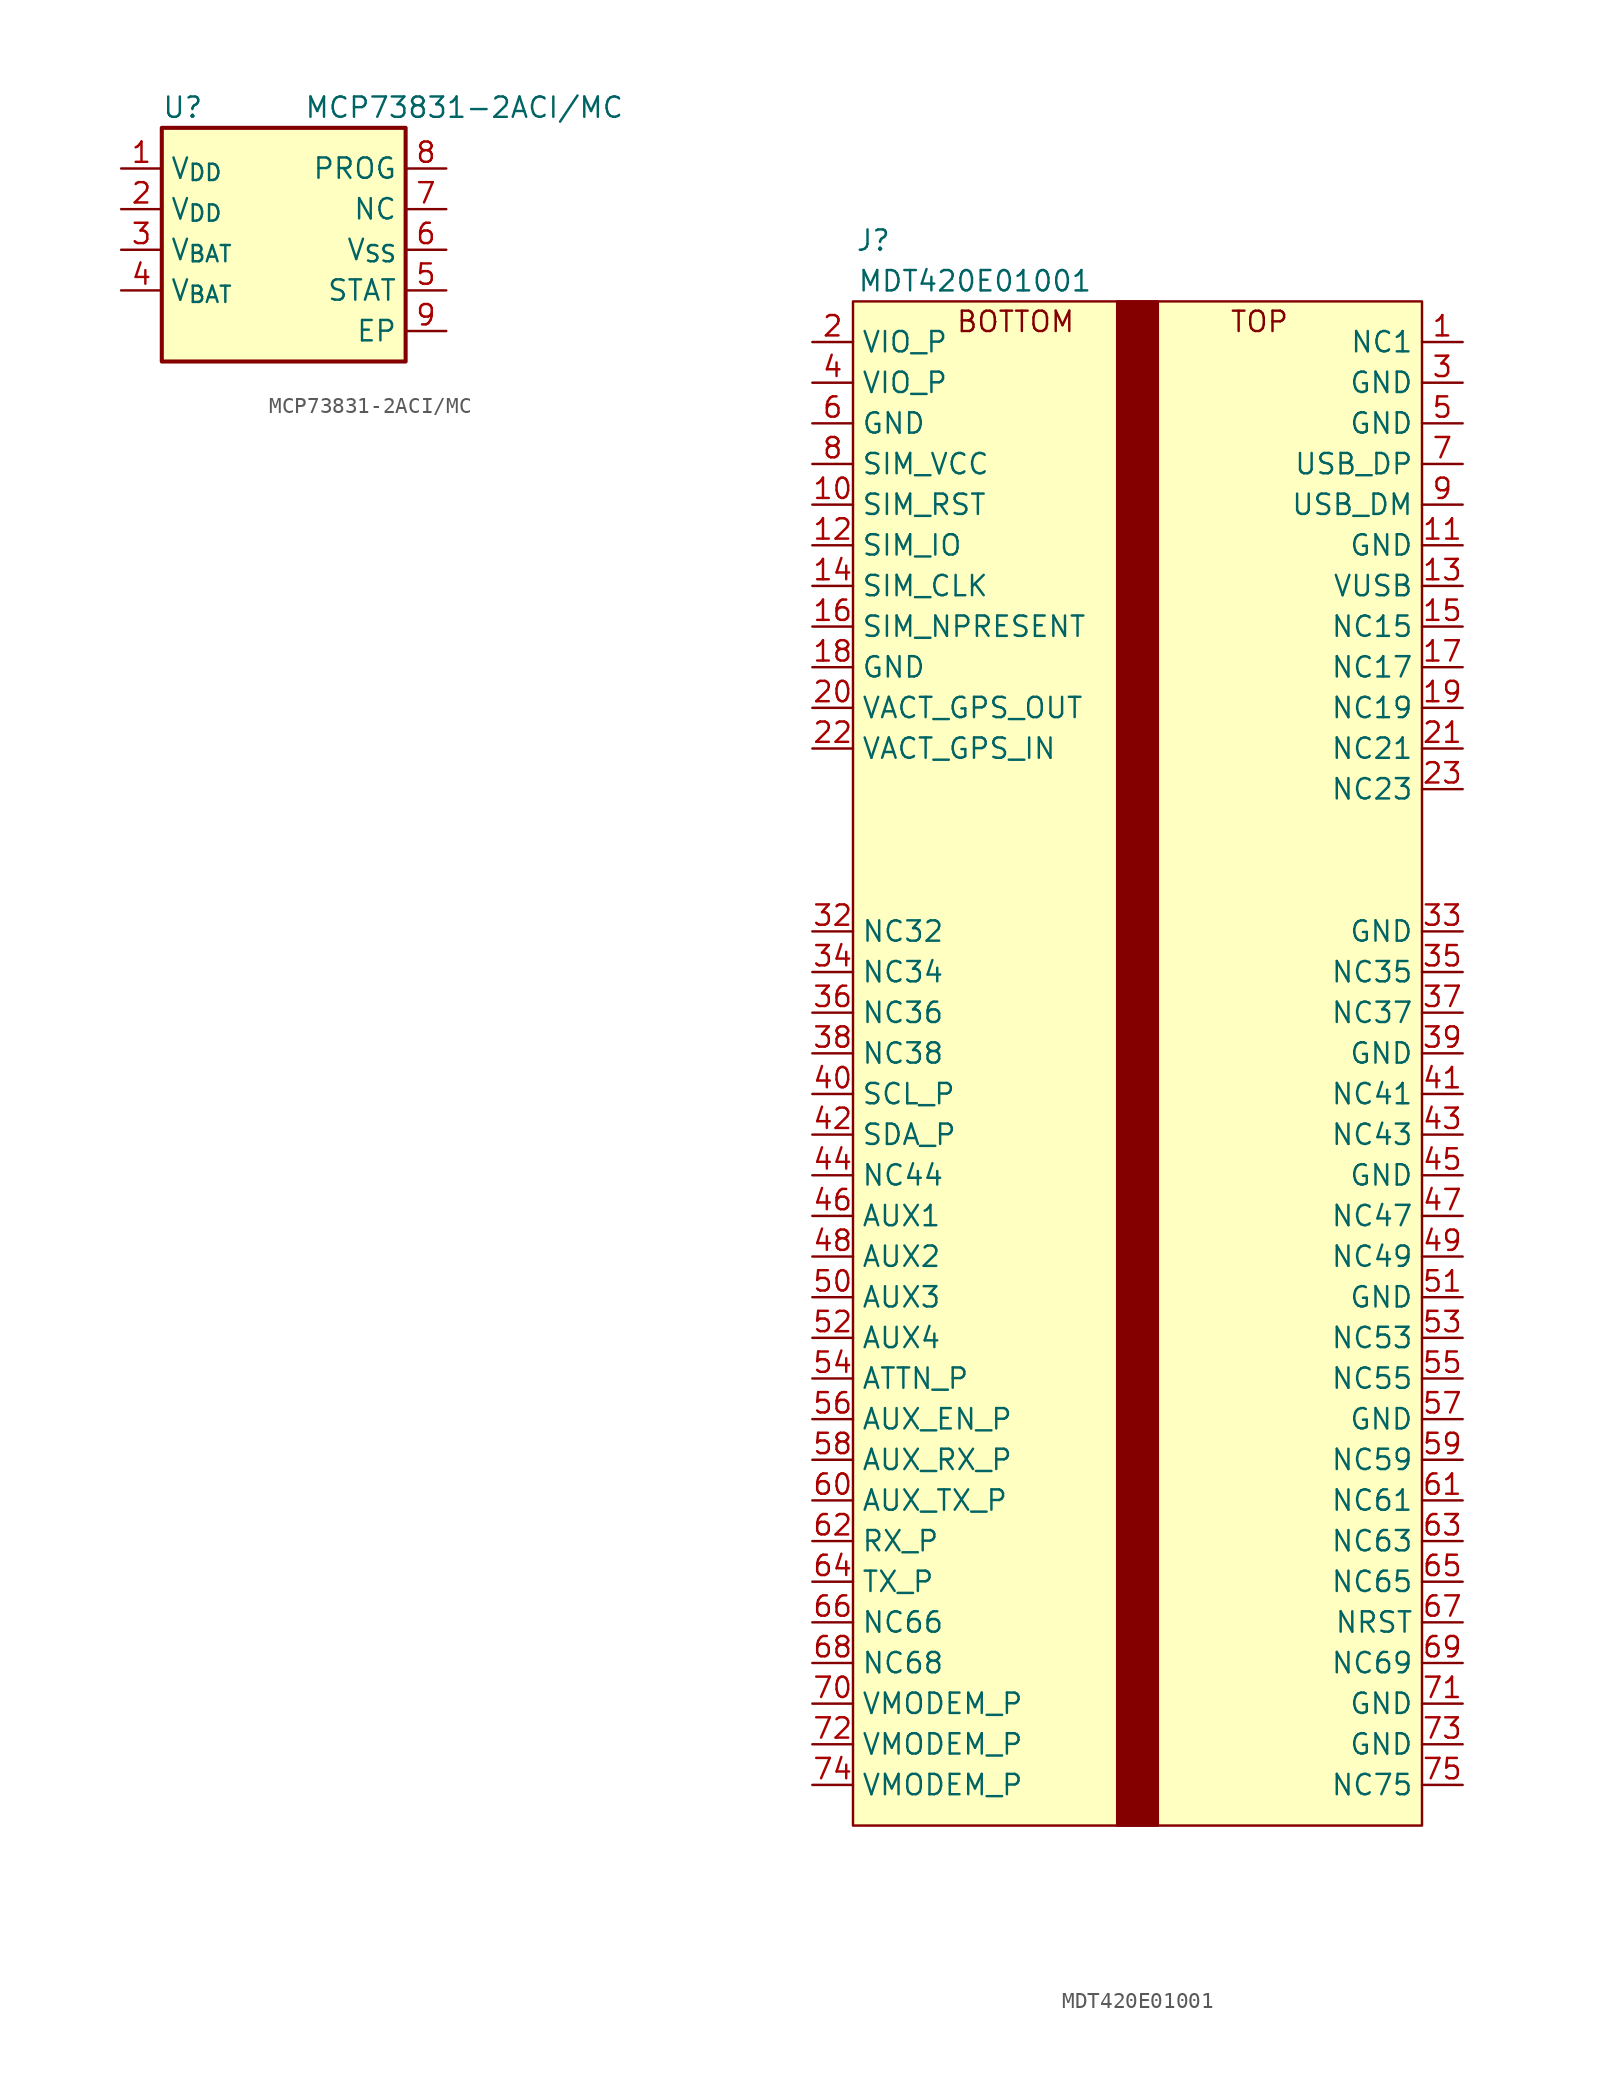
<source format=kicad_sym>
(kicad_symbol_lib
  (version 20220914)
  (generator kicad_symbol_editor)
  (symbol "MCP73831-2ACI/MC"
    (property "Reference" "U"
      (at -7.62 8.89 0)
      (effects (font (size 1.27 1.27)) (justify left)))
    (property "Value" "MCP73831-2ACI/MC"
      (at 1.27 8.89 0)
      (effects (font (size 1.27 1.27)) (justify left)))
    (symbol "MCP73831-2ACI/MC_0_1"
      (rectangle (start -7.62 7.62) (end 7.62 -6.985) (stroke (width 0.254) (type default)) (fill (type background))))
    (symbol "MCP73831-2ACI/MC_1_0"
      (pin power_in line (at -10.16 2.54 0) (length 2.54) (name "V_{DD}" (effects (font (size 1.27 1.27)))) (number "2" (effects (font (size 1.27 1.27)))))
      (pin power_in line (at -10.16 -2.54 0) (length 2.54) (name "V_{BAT}" (effects (font (size 1.27 1.27)))) (number "4" (effects (font (size 1.27 1.27)))))
      (pin passive line (at 10.16 2.54 180) (length 2.54) (name "NC" (effects (font (size 1.27 1.27)))) (number "7" (effects (font (size 1.27 1.27)))))
      (pin power_in line (at 10.16 -5.08 180) (length 2.54) (name "EP" (effects (font (size 1.27 1.27)))) (number "9" (effects (font (size 1.27 1.27))))))
    (symbol "MCP73831-2ACI/MC_1_1"
      (pin power_in line (at -10.16 5.08 0) (length 2.54) (name "V_{DD}" (effects (font (size 1.27 1.27)))) (number "1" (effects (font (size 1.27 1.27)))))
      (pin power_out line (at -10.16 0 0) (length 2.54) (name "V_{BAT}" (effects (font (size 1.27 1.27)))) (number "3" (effects (font (size 1.27 1.27)))))
      (pin output line (at 10.16 -2.54 180) (length 2.54) (name "STAT" (effects (font (size 1.27 1.27)))) (number "5" (effects (font (size 1.27 1.27)))))
      (pin power_in line (at 10.16 0 180) (length 2.54) (name "V_{SS}" (effects (font (size 1.27 1.27)))) (number "6" (effects (font (size 1.27 1.27)))))
      (pin input line (at 10.16 5.08 180) (length 2.54) (name "PROG" (effects (font (size 1.27 1.27)))) (number "8" (effects (font (size 1.27 1.27)))))))
  (symbol "MDT420E01001"
    (property "Reference" "J"
      (at -16.51 50.8 0)
      (effects (font (size 1.27 1.27))))
    (property "Value" "MDT420E01001"
      (at -10.16 48.26 0)
      (effects (font (size 1.27 1.27))))
    (symbol "MDT420E01001_0_0"
      (rectangle (start -8.89 45.72) (end -8.89 45.72) (stroke (width 0) (type default)) (fill (type none)))
      (rectangle (start -8.89 45.72) (end -8.89 45.72) (stroke (width 0) (type default)) (fill (type none)))
      (text "BOTTOM" (at -7.62 45.72 0) (effects (font (size 1.27 1.27))))
      (text "TOP" (at 7.62 45.72 0) (effects (font (size 1.27 1.27)))))
    (symbol "MDT420E01001_0_1"
      (rectangle (start -17.78 46.99) (end 17.78 -48.26) (stroke (width 0) (type default)) (fill (type background)))
      (rectangle (start -1.27 46.99) (end 1.27 -48.26) (stroke (width 0) (type default)) (fill (type outline))))
    (symbol "MDT420E01001_1_1"
      (pin passive line (at 20.32 44.45 180) (length 2.54) (name "NC1" (effects (font (size 1.27 1.27)))) (number "1" (effects (font (size 1.27 1.27)))))
      (pin passive line (at -20.32 34.29 0) (length 2.54) (name "SIM_RST" (effects (font (size 1.27 1.27)))) (number "10" (effects (font (size 1.27 1.27)))))
      (pin power_in line (at 20.32 31.75 180) (length 2.54) (name "GND" (effects (font (size 1.27 1.27)))) (number "11" (effects (font (size 1.27 1.27)))))
      (pin passive line (at -20.32 31.75 0) (length 2.54) (name "SIM_IO" (effects (font (size 1.27 1.27)))) (number "12" (effects (font (size 1.27 1.27)))))
      (pin power_in line (at 20.32 29.21 180) (length 2.54) (name "VUSB" (effects (font (size 1.27 1.27)))) (number "13" (effects (font (size 1.27 1.27)))))
      (pin passive line (at -20.32 29.21 0) (length 2.54) (name "SIM_CLK" (effects (font (size 1.27 1.27)))) (number "14" (effects (font (size 1.27 1.27)))))
      (pin passive line (at 20.32 26.67 180) (length 2.54) (name "NC15" (effects (font (size 1.27 1.27)))) (number "15" (effects (font (size 1.27 1.27)))))
      (pin passive line (at -20.32 26.67 0) (length 2.54) (name "SIM_NPRESENT" (effects (font (size 1.27 1.27)))) (number "16" (effects (font (size 1.27 1.27)))))
      (pin passive line (at 20.32 24.13 180) (length 2.54) (name "NC17" (effects (font (size 1.27 1.27)))) (number "17" (effects (font (size 1.27 1.27)))))
      (pin power_in line (at -20.32 24.13 0) (length 2.54) (name "GND" (effects (font (size 1.27 1.27)))) (number "18" (effects (font (size 1.27 1.27)))))
      (pin passive line (at 20.32 21.59 180) (length 2.54) (name "NC19" (effects (font (size 1.27 1.27)))) (number "19" (effects (font (size 1.27 1.27)))))
      (pin power_in line (at -20.32 44.45 0) (length 2.54) (name "VIO_P" (effects (font (size 1.27 1.27)))) (number "2" (effects (font (size 1.27 1.27)))))
      (pin power_out line (at -20.32 21.59 0) (length 2.54) (name "VACT_GPS_OUT" (effects (font (size 1.27 1.27)))) (number "20" (effects (font (size 1.27 1.27)))))
      (pin passive line (at 20.32 19.05 180) (length 2.54) (name "NC21" (effects (font (size 1.27 1.27)))) (number "21" (effects (font (size 1.27 1.27)))))
      (pin power_in line (at -20.32 19.05 0) (length 2.54) (name "VACT_GPS_IN" (effects (font (size 1.27 1.27)))) (number "22" (effects (font (size 1.27 1.27)))))
      (pin passive line (at 20.32 16.51 180) (length 2.54) (name "NC23" (effects (font (size 1.27 1.27)))) (number "23" (effects (font (size 1.27 1.27)))))
      (pin power_in line (at 20.32 41.91 180) (length 2.54) (name "GND" (effects (font (size 1.27 1.27)))) (number "3" (effects (font (size 1.27 1.27)))))
      (pin passive line (at -20.32 7.62 0) (length 2.54) (name "NC32" (effects (font (size 1.27 1.27)))) (number "32" (effects (font (size 1.27 1.27)))))
      (pin power_in line (at 20.32 7.62 180) (length 2.54) (name "GND" (effects (font (size 1.27 1.27)))) (number "33" (effects (font (size 1.27 1.27)))))
      (pin passive line (at -20.32 5.08 0) (length 2.54) (name "NC34" (effects (font (size 1.27 1.27)))) (number "34" (effects (font (size 1.27 1.27)))))
      (pin passive line (at 20.32 5.08 180) (length 2.54) (name "NC35" (effects (font (size 1.27 1.27)))) (number "35" (effects (font (size 1.27 1.27)))))
      (pin passive line (at -20.32 2.54 0) (length 2.54) (name "NC36" (effects (font (size 1.27 1.27)))) (number "36" (effects (font (size 1.27 1.27)))))
      (pin passive line (at 20.32 2.54 180) (length 2.54) (name "NC37" (effects (font (size 1.27 1.27)))) (number "37" (effects (font (size 1.27 1.27)))))
      (pin passive line (at -20.32 0 0) (length 2.54) (name "NC38" (effects (font (size 1.27 1.27)))) (number "38" (effects (font (size 1.27 1.27)))))
      (pin power_in line (at 20.32 0 180) (length 2.54) (name "GND" (effects (font (size 1.27 1.27)))) (number "39" (effects (font (size 1.27 1.27)))))
      (pin power_in line (at -20.32 41.91 0) (length 2.54) (name "VIO_P" (effects (font (size 1.27 1.27)))) (number "4" (effects (font (size 1.27 1.27)))))
      (pin passive line (at -20.32 -2.54 0) (length 2.54) (name "SCL_P" (effects (font (size 1.27 1.27)))) (number "40" (effects (font (size 1.27 1.27)))))
      (pin passive line (at 20.32 -2.54 180) (length 2.54) (name "NC41" (effects (font (size 1.27 1.27)))) (number "41" (effects (font (size 1.27 1.27)))))
      (pin passive line (at -20.32 -5.08 0) (length 2.54) (name "SDA_P" (effects (font (size 1.27 1.27)))) (number "42" (effects (font (size 1.27 1.27)))))
      (pin passive line (at 20.32 -5.08 180) (length 2.54) (name "NC43" (effects (font (size 1.27 1.27)))) (number "43" (effects (font (size 1.27 1.27)))))
      (pin passive line (at -20.32 -7.62 0) (length 2.54) (name "NC44" (effects (font (size 1.27 1.27)))) (number "44" (effects (font (size 1.27 1.27)))))
      (pin power_in line (at 20.32 -7.62 180) (length 2.54) (name "GND" (effects (font (size 1.27 1.27)))) (number "45" (effects (font (size 1.27 1.27)))))
      (pin passive line (at -20.32 -10.16 0) (length 2.54) (name "AUX1" (effects (font (size 1.27 1.27)))) (number "46" (effects (font (size 1.27 1.27)))))
      (pin passive line (at 20.32 -10.16 180) (length 2.54) (name "NC47" (effects (font (size 1.27 1.27)))) (number "47" (effects (font (size 1.27 1.27)))))
      (pin passive line (at -20.32 -12.7 0) (length 2.54) (name "AUX2" (effects (font (size 1.27 1.27)))) (number "48" (effects (font (size 1.27 1.27)))))
      (pin passive line (at 20.32 -12.7 180) (length 2.54) (name "NC49" (effects (font (size 1.27 1.27)))) (number "49" (effects (font (size 1.27 1.27)))))
      (pin power_in line (at 20.32 39.37 180) (length 2.54) (name "GND" (effects (font (size 1.27 1.27)))) (number "5" (effects (font (size 1.27 1.27)))))
      (pin passive line (at -20.32 -15.24 0) (length 2.54) (name "AUX3" (effects (font (size 1.27 1.27)))) (number "50" (effects (font (size 1.27 1.27)))))
      (pin power_in line (at 20.32 -15.24 180) (length 2.54) (name "GND" (effects (font (size 1.27 1.27)))) (number "51" (effects (font (size 1.27 1.27)))))
      (pin passive line (at -20.32 -17.78 0) (length 2.54) (name "AUX4" (effects (font (size 1.27 1.27)))) (number "52" (effects (font (size 1.27 1.27)))))
      (pin passive line (at 20.32 -17.78 180) (length 2.54) (name "NC53" (effects (font (size 1.27 1.27)))) (number "53" (effects (font (size 1.27 1.27)))))
      (pin passive line (at -20.32 -20.32 0) (length 2.54) (name "ATTN_P" (effects (font (size 1.27 1.27)))) (number "54" (effects (font (size 1.27 1.27)))))
      (pin passive line (at 20.32 -20.32 180) (length 2.54) (name "NC55" (effects (font (size 1.27 1.27)))) (number "55" (effects (font (size 1.27 1.27)))))
      (pin passive line (at -20.32 -22.86 0) (length 2.54) (name "AUX_EN_P" (effects (font (size 1.27 1.27)))) (number "56" (effects (font (size 1.27 1.27)))))
      (pin power_in line (at 20.32 -22.86 180) (length 2.54) (name "GND" (effects (font (size 1.27 1.27)))) (number "57" (effects (font (size 1.27 1.27)))))
      (pin passive line (at -20.32 -25.4 0) (length 2.54) (name "AUX_RX_P" (effects (font (size 1.27 1.27)))) (number "58" (effects (font (size 1.27 1.27)))))
      (pin passive line (at 20.32 -25.4 180) (length 2.54) (name "NC59" (effects (font (size 1.27 1.27)))) (number "59" (effects (font (size 1.27 1.27)))))
      (pin power_in line (at -20.32 39.37 0) (length 2.54) (name "GND" (effects (font (size 1.27 1.27)))) (number "6" (effects (font (size 1.27 1.27)))))
      (pin passive line (at -20.32 -27.94 0) (length 2.54) (name "AUX_TX_P" (effects (font (size 1.27 1.27)))) (number "60" (effects (font (size 1.27 1.27)))))
      (pin passive line (at 20.32 -27.94 180) (length 2.54) (name "NC61" (effects (font (size 1.27 1.27)))) (number "61" (effects (font (size 1.27 1.27)))))
      (pin passive line (at -20.32 -30.48 0) (length 2.54) (name "RX_P" (effects (font (size 1.27 1.27)))) (number "62" (effects (font (size 1.27 1.27)))))
      (pin passive line (at 20.32 -30.48 180) (length 2.54) (name "NC63" (effects (font (size 1.27 1.27)))) (number "63" (effects (font (size 1.27 1.27)))))
      (pin passive line (at -20.32 -33.02 0) (length 2.54) (name "TX_P" (effects (font (size 1.27 1.27)))) (number "64" (effects (font (size 1.27 1.27)))))
      (pin passive line (at 20.32 -33.02 180) (length 2.54) (name "NC65" (effects (font (size 1.27 1.27)))) (number "65" (effects (font (size 1.27 1.27)))))
      (pin passive line (at -20.32 -35.56 0) (length 2.54) (name "NC66" (effects (font (size 1.27 1.27)))) (number "66" (effects (font (size 1.27 1.27)))))
      (pin passive line (at 20.32 -35.56 180) (length 2.54) (name "NRST" (effects (font (size 1.27 1.27)))) (number "67" (effects (font (size 1.27 1.27)))))
      (pin passive line (at -20.32 -38.1 0) (length 2.54) (name "NC68" (effects (font (size 1.27 1.27)))) (number "68" (effects (font (size 1.27 1.27)))))
      (pin passive line (at 20.32 -38.1 180) (length 2.54) (name "NC69" (effects (font (size 1.27 1.27)))) (number "69" (effects (font (size 1.27 1.27)))))
      (pin passive line (at 20.32 36.83 180) (length 2.54) (name "USB_DP" (effects (font (size 1.27 1.27)))) (number "7" (effects (font (size 1.27 1.27)))))
      (pin power_in line (at -20.32 -40.64 0) (length 2.54) (name "VMODEM_P" (effects (font (size 1.27 1.27)))) (number "70" (effects (font (size 1.27 1.27)))))
      (pin power_in line (at 20.32 -40.64 180) (length 2.54) (name "GND" (effects (font (size 1.27 1.27)))) (number "71" (effects (font (size 1.27 1.27)))))
      (pin power_in line (at -20.32 -43.18 0) (length 2.54) (name "VMODEM_P" (effects (font (size 1.27 1.27)))) (number "72" (effects (font (size 1.27 1.27)))))
      (pin power_in line (at 20.32 -43.18 180) (length 2.54) (name "GND" (effects (font (size 1.27 1.27)))) (number "73" (effects (font (size 1.27 1.27)))))
      (pin power_in line (at -20.32 -45.72 0) (length 2.54) (name "VMODEM_P" (effects (font (size 1.27 1.27)))) (number "74" (effects (font (size 1.27 1.27)))))
      (pin passive line (at 20.32 -45.72 180) (length 2.54) (name "NC75" (effects (font (size 1.27 1.27)))) (number "75" (effects (font (size 1.27 1.27)))))
      (pin power_out line (at -20.32 36.83 0) (length 2.54) (name "SIM_VCC" (effects (font (size 1.27 1.27)))) (number "8" (effects (font (size 1.27 1.27)))))
      (pin passive line (at 20.32 34.29 180) (length 2.54) (name "USB_DM" (effects (font (size 1.27 1.27)))) (number "9" (effects (font (size 1.27 1.27))))))))
</source>
